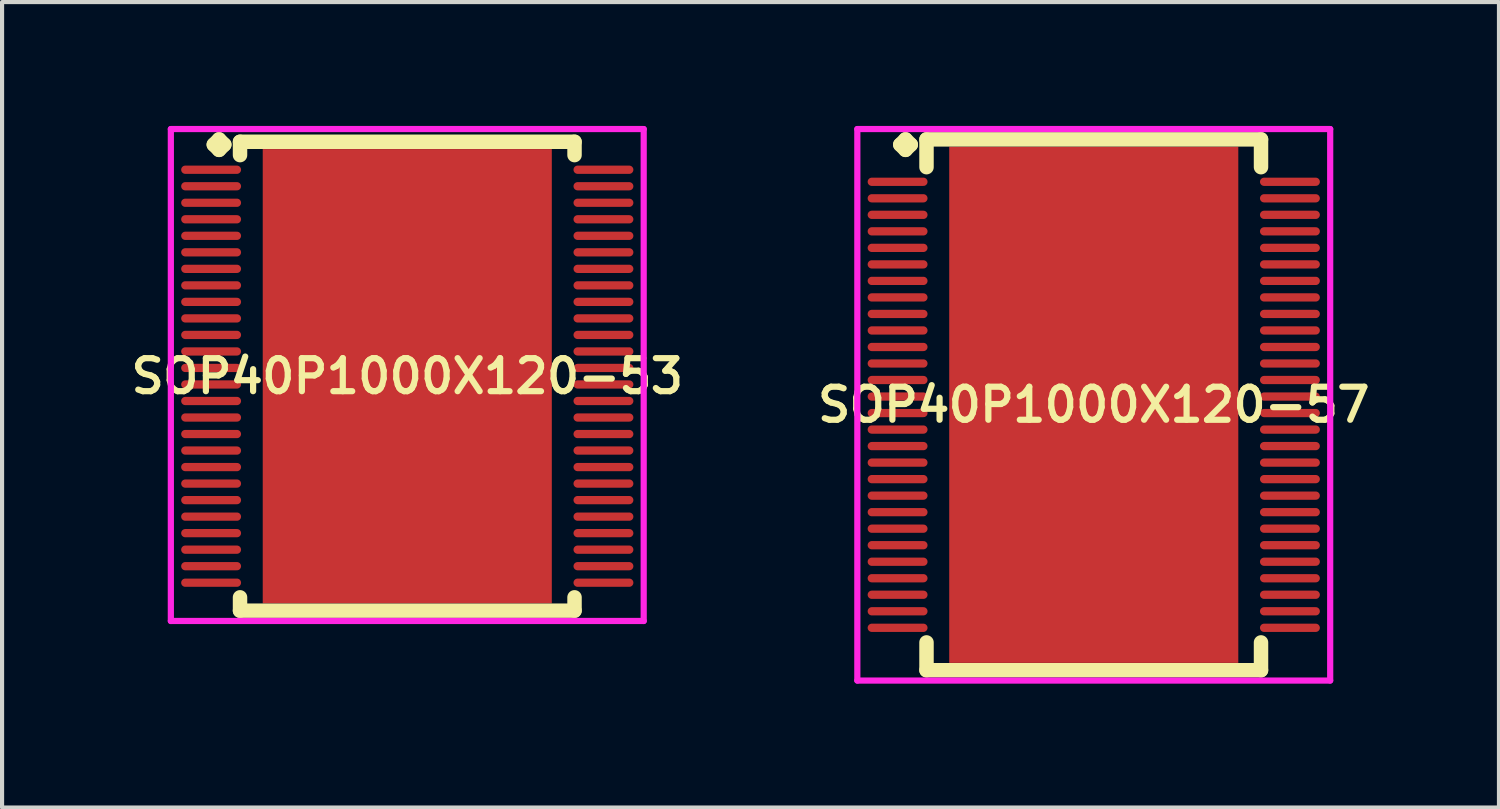
<source format=kicad_pcb>
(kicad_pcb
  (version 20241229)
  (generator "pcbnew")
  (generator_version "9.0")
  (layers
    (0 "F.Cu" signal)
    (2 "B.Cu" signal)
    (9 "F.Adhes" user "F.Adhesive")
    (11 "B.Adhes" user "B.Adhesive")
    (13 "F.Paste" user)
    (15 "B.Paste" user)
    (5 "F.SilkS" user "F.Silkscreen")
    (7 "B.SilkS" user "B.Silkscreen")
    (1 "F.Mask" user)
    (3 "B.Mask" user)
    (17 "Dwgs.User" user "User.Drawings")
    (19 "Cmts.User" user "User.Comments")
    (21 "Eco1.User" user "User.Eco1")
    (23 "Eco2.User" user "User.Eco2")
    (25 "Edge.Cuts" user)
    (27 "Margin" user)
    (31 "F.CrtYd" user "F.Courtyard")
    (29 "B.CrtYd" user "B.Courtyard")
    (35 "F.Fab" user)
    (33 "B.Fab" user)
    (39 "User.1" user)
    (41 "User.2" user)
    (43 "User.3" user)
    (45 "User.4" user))
  (footprint "SOP40P1000X120-57"
    (layer "F.Cu")
    (at 23.435 6.752)
    (property "Reference" "SOP40P1000X120-57" (at 0 0 0) (layer "F.SilkS") (effects (font (size 0.8 0.8) (thickness 0.15))))
    (attr smd)
    (fp_line (start -4.685 -6.3) (end -4.558 -6.427) (stroke (width 0.35) (type solid)) (layer "F.SilkS"))
    (fp_line (start -4.558 -6.427) (end -4.431 -6.3) (stroke (width 0.35) (type solid)) (layer "F.SilkS"))
    (fp_line (start -4.558 -6.173) (end -4.685 -6.3) (stroke (width 0.35) (type solid)) (layer "F.SilkS"))
    (fp_line (start -4.431 -6.3) (end -4.558 -6.173) (stroke (width 0.35) (type solid)) (layer "F.SilkS"))
    (fp_line (start -4.05 -6.427) (end 4.05 -6.427) (stroke (width 0.35) (type solid)) (layer "F.SilkS"))
    (fp_line (start -4.05 -5.754) (end -4.05 -6.427) (stroke (width 0.35) (type solid)) (layer "F.SilkS"))
    (fp_line (start -4.05 5.754) (end -4.05 6.427) (stroke (width 0.35) (type solid)) (layer "F.SilkS"))
    (fp_line (start -4.05 6.427) (end 4.05 6.427) (stroke (width 0.35) (type solid)) (layer "F.SilkS"))
    (fp_line (start 4.05 -6.427) (end 4.05 -5.754) (stroke (width 0.35) (type solid)) (layer "F.SilkS"))
    (fp_line (start 4.05 6.427) (end 4.05 5.754) (stroke (width 0.35) (type solid)) (layer "F.SilkS"))
    (fp_line (start -5.725 -6.677) (end 5.725 -6.677) (stroke (width 0.15) (type solid)) (layer "F.CrtYd"))
    (fp_line (start -5.725 6.677) (end -5.725 -6.677) (stroke (width 0.15) (type solid)) (layer "F.CrtYd"))
    (fp_line (start 5.725 -6.677) (end 5.725 6.677) (stroke (width 0.15) (type solid)) (layer "F.CrtYd"))
    (fp_line (start 5.725 6.677) (end -5.725 6.677) (stroke (width 0.15) (type solid)) (layer "F.CrtYd"))
    (pad "1" smd oval (at -4.75 -5.4) (size 1.45 0.2) (layers "F.Cu" "F.Mask" "F.Paste"))
    (pad "2" smd oval (at -4.75 -5) (size 1.45 0.2) (layers "F.Cu" "F.Mask" "F.Paste"))
    (pad "3" smd oval (at -4.75 -4.6) (size 1.45 0.2) (layers "F.Cu" "F.Mask" "F.Paste"))
    (pad "4" smd oval (at -4.75 -4.2) (size 1.45 0.2) (layers "F.Cu" "F.Mask" "F.Paste"))
    (pad "5" smd oval (at -4.75 -3.8) (size 1.45 0.2) (layers "F.Cu" "F.Mask" "F.Paste"))
    (pad "6" smd oval (at -4.75 -3.4) (size 1.45 0.2) (layers "F.Cu" "F.Mask" "F.Paste"))
    (pad "7" smd oval (at -4.75 -3) (size 1.45 0.2) (layers "F.Cu" "F.Mask" "F.Paste"))
    (pad "8" smd oval (at -4.75 -2.6) (size 1.45 0.2) (layers "F.Cu" "F.Mask" "F.Paste"))
    (pad "9" smd oval (at -4.75 -2.2) (size 1.45 0.2) (layers "F.Cu" "F.Mask" "F.Paste"))
    (pad "10" smd oval (at -4.75 -1.8) (size 1.45 0.2) (layers "F.Cu" "F.Mask" "F.Paste"))
    (pad "11" smd oval (at -4.75 -1.4) (size 1.45 0.2) (layers "F.Cu" "F.Mask" "F.Paste"))
    (pad "12" smd oval (at -4.75 -1) (size 1.45 0.2) (layers "F.Cu" "F.Mask" "F.Paste"))
    (pad "13" smd oval (at -4.75 -0.6) (size 1.45 0.2) (layers "F.Cu" "F.Mask" "F.Paste"))
    (pad "14" smd oval (at -4.75 -0.2) (size 1.45 0.2) (layers "F.Cu" "F.Mask" "F.Paste"))
    (pad "15" smd oval (at -4.75 0.2) (size 1.45 0.2) (layers "F.Cu" "F.Mask" "F.Paste"))
    (pad "16" smd oval (at -4.75 0.6) (size 1.45 0.2) (layers "F.Cu" "F.Mask" "F.Paste"))
    (pad "17" smd oval (at -4.75 1) (size 1.45 0.2) (layers "F.Cu" "F.Mask" "F.Paste"))
    (pad "18" smd oval (at -4.75 1.4) (size 1.45 0.2) (layers "F.Cu" "F.Mask" "F.Paste"))
    (pad "19" smd oval (at -4.75 1.8) (size 1.45 0.2) (layers "F.Cu" "F.Mask" "F.Paste"))
    (pad "20" smd oval (at -4.75 2.2) (size 1.45 0.2) (layers "F.Cu" "F.Mask" "F.Paste"))
    (pad "21" smd oval (at -4.75 2.6) (size 1.45 0.2) (layers "F.Cu" "F.Mask" "F.Paste"))
    (pad "22" smd oval (at -4.75 3) (size 1.45 0.2) (layers "F.Cu" "F.Mask" "F.Paste"))
    (pad "23" smd oval (at -4.75 3.4) (size 1.45 0.2) (layers "F.Cu" "F.Mask" "F.Paste"))
    (pad "24" smd oval (at -4.75 3.8) (size 1.45 0.2) (layers "F.Cu" "F.Mask" "F.Paste"))
    (pad "25" smd oval (at -4.75 4.2) (size 1.45 0.2) (layers "F.Cu" "F.Mask" "F.Paste"))
    (pad "26" smd oval (at -4.75 4.6) (size 1.45 0.2) (layers "F.Cu" "F.Mask" "F.Paste"))
    (pad "27" smd oval (at -4.75 5) (size 1.45 0.2) (layers "F.Cu" "F.Mask" "F.Paste"))
    (pad "28" smd oval (at -4.75 5.4) (size 1.45 0.2) (layers "F.Cu" "F.Mask" "F.Paste"))
    (pad "29" smd oval (at 4.75 5.4) (size 1.45 0.2) (layers "F.Cu" "F.Mask" "F.Paste"))
    (pad "30" smd oval (at 4.75 5) (size 1.45 0.2) (layers "F.Cu" "F.Mask" "F.Paste"))
    (pad "31" smd oval (at 4.75 4.6) (size 1.45 0.2) (layers "F.Cu" "F.Mask" "F.Paste"))
    (pad "32" smd oval (at 4.75 4.2) (size 1.45 0.2) (layers "F.Cu" "F.Mask" "F.Paste"))
    (pad "33" smd oval (at 4.75 3.8) (size 1.45 0.2) (layers "F.Cu" "F.Mask" "F.Paste"))
    (pad "34" smd oval (at 4.75 3.4) (size 1.45 0.2) (layers "F.Cu" "F.Mask" "F.Paste"))
    (pad "35" smd oval (at 4.75 3) (size 1.45 0.2) (layers "F.Cu" "F.Mask" "F.Paste"))
    (pad "36" smd oval (at 4.75 2.6) (size 1.45 0.2) (layers "F.Cu" "F.Mask" "F.Paste"))
    (pad "37" smd oval (at 4.75 2.2) (size 1.45 0.2) (layers "F.Cu" "F.Mask" "F.Paste"))
    (pad "38" smd oval (at 4.75 1.8) (size 1.45 0.2) (layers "F.Cu" "F.Mask" "F.Paste"))
    (pad "39" smd oval (at 4.75 1.4) (size 1.45 0.2) (layers "F.Cu" "F.Mask" "F.Paste"))
    (pad "40" smd oval (at 4.75 1) (size 1.45 0.2) (layers "F.Cu" "F.Mask" "F.Paste"))
    (pad "41" smd oval (at 4.75 0.6) (size 1.45 0.2) (layers "F.Cu" "F.Mask" "F.Paste"))
    (pad "42" smd oval (at 4.75 0.2) (size 1.45 0.2) (layers "F.Cu" "F.Mask" "F.Paste"))
    (pad "43" smd oval (at 4.75 -0.2) (size 1.45 0.2) (layers "F.Cu" "F.Mask" "F.Paste"))
    (pad "44" smd oval (at 4.75 -0.6) (size 1.45 0.2) (layers "F.Cu" "F.Mask" "F.Paste"))
    (pad "45" smd oval (at 4.75 -1) (size 1.45 0.2) (layers "F.Cu" "F.Mask" "F.Paste"))
    (pad "46" smd oval (at 4.75 -1.4) (size 1.45 0.2) (layers "F.Cu" "F.Mask" "F.Paste"))
    (pad "47" smd oval (at 4.75 -1.8) (size 1.45 0.2) (layers "F.Cu" "F.Mask" "F.Paste"))
    (pad "48" smd oval (at 4.75 -2.2) (size 1.45 0.2) (layers "F.Cu" "F.Mask" "F.Paste"))
    (pad "49" smd oval (at 4.75 -2.6) (size 1.45 0.2) (layers "F.Cu" "F.Mask" "F.Paste"))
    (pad "50" smd oval (at 4.75 -3) (size 1.45 0.2) (layers "F.Cu" "F.Mask" "F.Paste"))
    (pad "51" smd oval (at 4.75 -3.4) (size 1.45 0.2) (layers "F.Cu" "F.Mask" "F.Paste"))
    (pad "52" smd oval (at 4.75 -3.8) (size 1.45 0.2) (layers "F.Cu" "F.Mask" "F.Paste"))
    (pad "53" smd oval (at 4.75 -4.2) (size 1.45 0.2) (layers "F.Cu" "F.Mask" "F.Paste"))
    (pad "54" smd oval (at 4.75 -4.6) (size 1.45 0.2) (layers "F.Cu" "F.Mask" "F.Paste"))
    (pad "55" smd oval (at 4.75 -5) (size 1.45 0.2) (layers "F.Cu" "F.Mask" "F.Paste"))
    (pad "56" smd oval (at 4.75 -5.4) (size 1.45 0.2) (layers "F.Cu" "F.Mask" "F.Paste"))
    (pad "57" smd rect (at 0 0) (size 7 12.5) (layers "F.Cu" "F.Mask" "F.Paste")))
  (footprint "SOP40P1000X120-53"
    (layer "F.Cu")
    (at 6.812 6.06)
    (property "Reference" "SOP40P1000X120-53" (at 0 0 0) (layer "F.SilkS") (effects (font (size 0.8 0.8) (thickness 0.15))))
    (attr smd)
    (fp_line (start -4.685 -5.608) (end -4.558 -5.735) (stroke (width 0.35) (type solid)) (layer "F.SilkS"))
    (fp_line (start -4.558 -5.735) (end -4.431 -5.608) (stroke (width 0.35) (type solid)) (layer "F.SilkS"))
    (fp_line (start -4.558 -5.481) (end -4.685 -5.608) (stroke (width 0.35) (type solid)) (layer "F.SilkS"))
    (fp_line (start -4.431 -5.608) (end -4.558 -5.481) (stroke (width 0.35) (type solid)) (layer "F.SilkS"))
    (fp_line (start -4.05 -5.677) (end 4.05 -5.677) (stroke (width 0.35) (type solid)) (layer "F.SilkS"))
    (fp_line (start -4.05 -5.354) (end -4.05 -5.677) (stroke (width 0.35) (type solid)) (layer "F.SilkS"))
    (fp_line (start -4.05 5.354) (end -4.05 5.677) (stroke (width 0.35) (type solid)) (layer "F.SilkS"))
    (fp_line (start -4.05 5.677) (end 4.05 5.677) (stroke (width 0.35) (type solid)) (layer "F.SilkS"))
    (fp_line (start 4.05 -5.677) (end 4.05 -5.354) (stroke (width 0.35) (type solid)) (layer "F.SilkS"))
    (fp_line (start 4.05 5.677) (end 4.05 5.354) (stroke (width 0.35) (type solid)) (layer "F.SilkS"))
    (fp_line (start -5.725 -5.985) (end 5.725 -5.985) (stroke (width 0.15) (type solid)) (layer "F.CrtYd"))
    (fp_line (start -5.725 5.927) (end -5.725 -5.985) (stroke (width 0.15) (type solid)) (layer "F.CrtYd"))
    (fp_line (start 5.725 -5.985) (end 5.725 5.927) (stroke (width 0.15) (type solid)) (layer "F.CrtYd"))
    (fp_line (start 5.725 5.927) (end -5.725 5.927) (stroke (width 0.15) (type solid)) (layer "F.CrtYd"))
    (pad "1" smd oval (at -4.75 -5) (size 1.45 0.2) (layers "F.Cu" "F.Mask" "F.Paste"))
    (pad "2" smd oval (at -4.75 -4.6) (size 1.45 0.2) (layers "F.Cu" "F.Mask" "F.Paste"))
    (pad "3" smd oval (at -4.75 -4.2) (size 1.45 0.2) (layers "F.Cu" "F.Mask" "F.Paste"))
    (pad "4" smd oval (at -4.75 -3.8) (size 1.45 0.2) (layers "F.Cu" "F.Mask" "F.Paste"))
    (pad "5" smd oval (at -4.75 -3.4) (size 1.45 0.2) (layers "F.Cu" "F.Mask" "F.Paste"))
    (pad "6" smd oval (at -4.75 -3) (size 1.45 0.2) (layers "F.Cu" "F.Mask" "F.Paste"))
    (pad "7" smd oval (at -4.75 -2.6) (size 1.45 0.2) (layers "F.Cu" "F.Mask" "F.Paste"))
    (pad "8" smd oval (at -4.75 -2.2) (size 1.45 0.2) (layers "F.Cu" "F.Mask" "F.Paste"))
    (pad "9" smd oval (at -4.75 -1.8) (size 1.45 0.2) (layers "F.Cu" "F.Mask" "F.Paste"))
    (pad "10" smd oval (at -4.75 -1.4) (size 1.45 0.2) (layers "F.Cu" "F.Mask" "F.Paste"))
    (pad "11" smd oval (at -4.75 -1) (size 1.45 0.2) (layers "F.Cu" "F.Mask" "F.Paste"))
    (pad "12" smd oval (at -4.75 -0.6) (size 1.45 0.2) (layers "F.Cu" "F.Mask" "F.Paste"))
    (pad "13" smd oval (at -4.75 -0.2) (size 1.45 0.2) (layers "F.Cu" "F.Mask" "F.Paste"))
    (pad "14" smd oval (at -4.75 0.2) (size 1.45 0.2) (layers "F.Cu" "F.Mask" "F.Paste"))
    (pad "15" smd oval (at -4.75 0.6) (size 1.45 0.2) (layers "F.Cu" "F.Mask" "F.Paste"))
    (pad "16" smd oval (at -4.75 1) (size 1.45 0.2) (layers "F.Cu" "F.Mask" "F.Paste"))
    (pad "17" smd oval (at -4.75 1.4) (size 1.45 0.2) (layers "F.Cu" "F.Mask" "F.Paste"))
    (pad "18" smd oval (at -4.75 1.8) (size 1.45 0.2) (layers "F.Cu" "F.Mask" "F.Paste"))
    (pad "19" smd oval (at -4.75 2.2) (size 1.45 0.2) (layers "F.Cu" "F.Mask" "F.Paste"))
    (pad "20" smd oval (at -4.75 2.6) (size 1.45 0.2) (layers "F.Cu" "F.Mask" "F.Paste"))
    (pad "21" smd oval (at -4.75 3) (size 1.45 0.2) (layers "F.Cu" "F.Mask" "F.Paste"))
    (pad "22" smd oval (at -4.75 3.4) (size 1.45 0.2) (layers "F.Cu" "F.Mask" "F.Paste"))
    (pad "23" smd oval (at -4.75 3.8) (size 1.45 0.2) (layers "F.Cu" "F.Mask" "F.Paste"))
    (pad "24" smd oval (at -4.75 4.2) (size 1.45 0.2) (layers "F.Cu" "F.Mask" "F.Paste"))
    (pad "25" smd oval (at -4.75 4.6) (size 1.45 0.2) (layers "F.Cu" "F.Mask" "F.Paste"))
    (pad "26" smd oval (at -4.75 5) (size 1.45 0.2) (layers "F.Cu" "F.Mask" "F.Paste"))
    (pad "27" smd oval (at 4.75 5) (size 1.45 0.2) (layers "F.Cu" "F.Mask" "F.Paste"))
    (pad "28" smd oval (at 4.75 4.6) (size 1.45 0.2) (layers "F.Cu" "F.Mask" "F.Paste"))
    (pad "29" smd oval (at 4.75 4.2) (size 1.45 0.2) (layers "F.Cu" "F.Mask" "F.Paste"))
    (pad "30" smd oval (at 4.75 3.8) (size 1.45 0.2) (layers "F.Cu" "F.Mask" "F.Paste"))
    (pad "31" smd oval (at 4.75 3.4) (size 1.45 0.2) (layers "F.Cu" "F.Mask" "F.Paste"))
    (pad "32" smd oval (at 4.75 3) (size 1.45 0.2) (layers "F.Cu" "F.Mask" "F.Paste"))
    (pad "33" smd oval (at 4.75 2.6) (size 1.45 0.2) (layers "F.Cu" "F.Mask" "F.Paste"))
    (pad "34" smd oval (at 4.75 2.2) (size 1.45 0.2) (layers "F.Cu" "F.Mask" "F.Paste"))
    (pad "35" smd oval (at 4.75 1.8) (size 1.45 0.2) (layers "F.Cu" "F.Mask" "F.Paste"))
    (pad "36" smd oval (at 4.75 1.4) (size 1.45 0.2) (layers "F.Cu" "F.Mask" "F.Paste"))
    (pad "37" smd oval (at 4.75 1) (size 1.45 0.2) (layers "F.Cu" "F.Mask" "F.Paste"))
    (pad "38" smd oval (at 4.75 0.6) (size 1.45 0.2) (layers "F.Cu" "F.Mask" "F.Paste"))
    (pad "39" smd oval (at 4.75 0.2) (size 1.45 0.2) (layers "F.Cu" "F.Mask" "F.Paste"))
    (pad "40" smd oval (at 4.75 -0.2) (size 1.45 0.2) (layers "F.Cu" "F.Mask" "F.Paste"))
    (pad "41" smd oval (at 4.75 -0.6) (size 1.45 0.2) (layers "F.Cu" "F.Mask" "F.Paste"))
    (pad "42" smd oval (at 4.75 -1) (size 1.45 0.2) (layers "F.Cu" "F.Mask" "F.Paste"))
    (pad "43" smd oval (at 4.75 -1.4) (size 1.45 0.2) (layers "F.Cu" "F.Mask" "F.Paste"))
    (pad "44" smd oval (at 4.75 -1.8) (size 1.45 0.2) (layers "F.Cu" "F.Mask" "F.Paste"))
    (pad "45" smd oval (at 4.75 -2.2) (size 1.45 0.2) (layers "F.Cu" "F.Mask" "F.Paste"))
    (pad "46" smd oval (at 4.75 -2.6) (size 1.45 0.2) (layers "F.Cu" "F.Mask" "F.Paste"))
    (pad "47" smd oval (at 4.75 -3) (size 1.45 0.2) (layers "F.Cu" "F.Mask" "F.Paste"))
    (pad "48" smd oval (at 4.75 -3.4) (size 1.45 0.2) (layers "F.Cu" "F.Mask" "F.Paste"))
    (pad "49" smd oval (at 4.75 -3.8) (size 1.45 0.2) (layers "F.Cu" "F.Mask" "F.Paste"))
    (pad "50" smd oval (at 4.75 -4.2) (size 1.45 0.2) (layers "F.Cu" "F.Mask" "F.Paste"))
    (pad "51" smd oval (at 4.75 -4.6) (size 1.45 0.2) (layers "F.Cu" "F.Mask" "F.Paste"))
    (pad "52" smd oval (at 4.75 -5) (size 1.45 0.2) (layers "F.Cu" "F.Mask" "F.Paste"))
    (pad "53" smd rect (at 0 0) (size 7 11) (layers "F.Cu" "F.Mask" "F.Paste")))
  (gr_rect
    (start -3 -3)
    (end 33.247 16.504)
    (stroke (width 0.1) (type default))
    (fill no)
    (layer "Edge.Cuts")))
</source>
